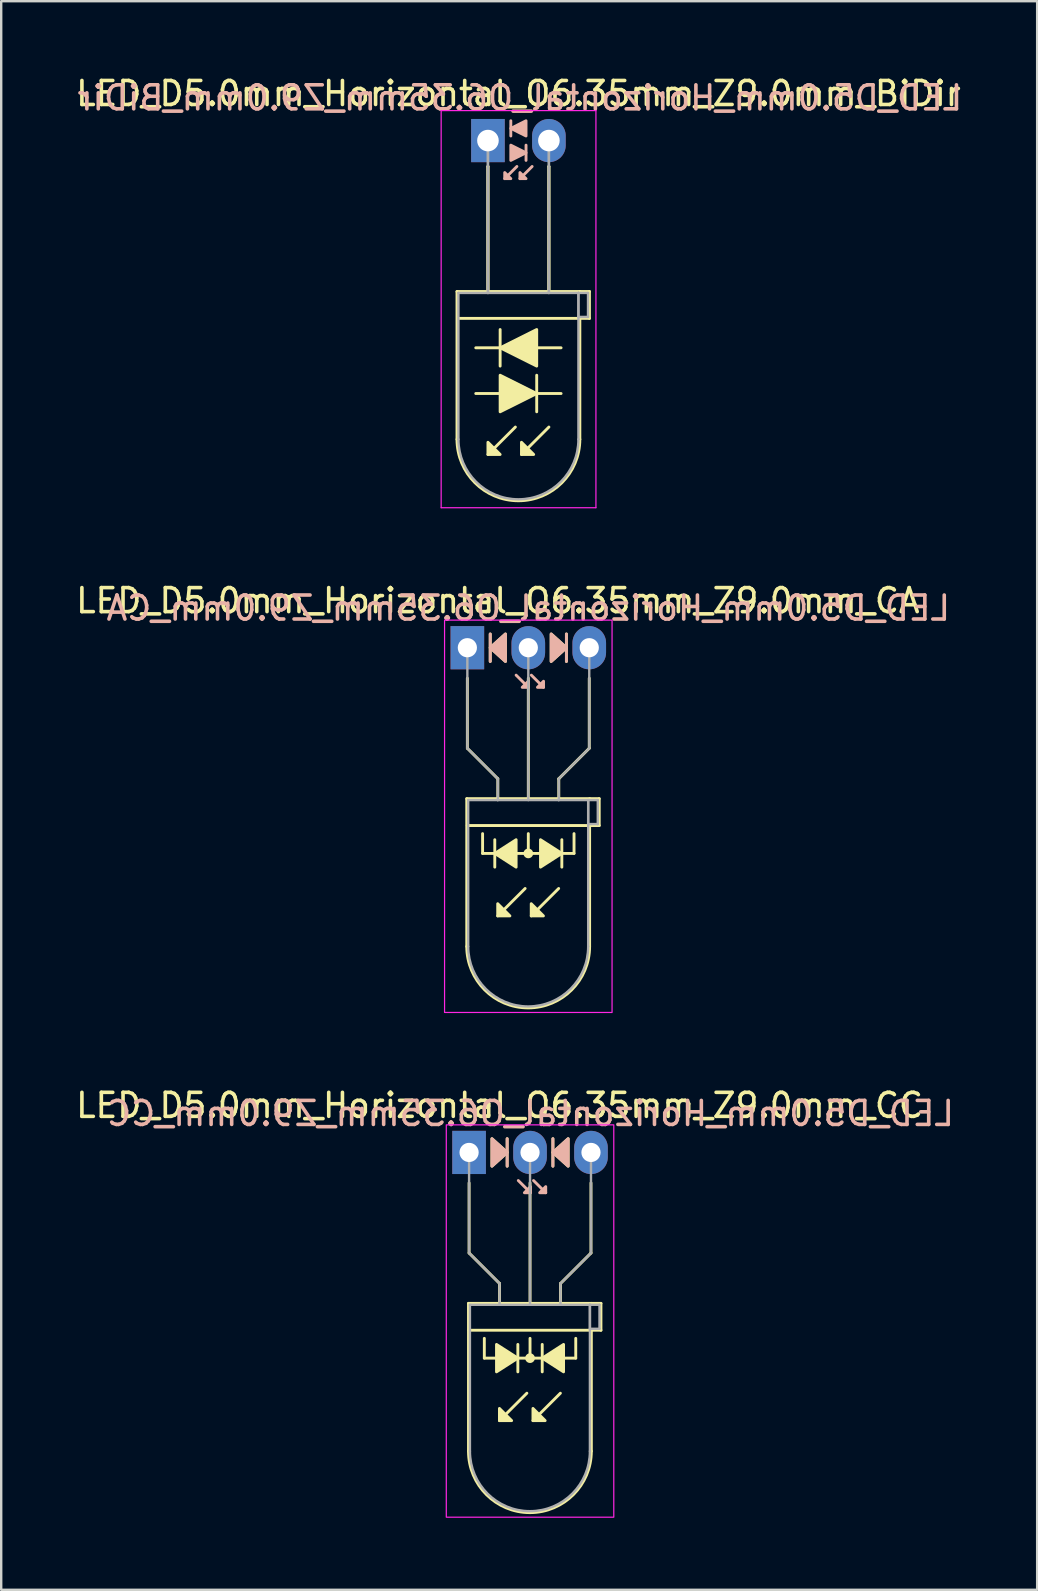
<source format=kicad_pcb>
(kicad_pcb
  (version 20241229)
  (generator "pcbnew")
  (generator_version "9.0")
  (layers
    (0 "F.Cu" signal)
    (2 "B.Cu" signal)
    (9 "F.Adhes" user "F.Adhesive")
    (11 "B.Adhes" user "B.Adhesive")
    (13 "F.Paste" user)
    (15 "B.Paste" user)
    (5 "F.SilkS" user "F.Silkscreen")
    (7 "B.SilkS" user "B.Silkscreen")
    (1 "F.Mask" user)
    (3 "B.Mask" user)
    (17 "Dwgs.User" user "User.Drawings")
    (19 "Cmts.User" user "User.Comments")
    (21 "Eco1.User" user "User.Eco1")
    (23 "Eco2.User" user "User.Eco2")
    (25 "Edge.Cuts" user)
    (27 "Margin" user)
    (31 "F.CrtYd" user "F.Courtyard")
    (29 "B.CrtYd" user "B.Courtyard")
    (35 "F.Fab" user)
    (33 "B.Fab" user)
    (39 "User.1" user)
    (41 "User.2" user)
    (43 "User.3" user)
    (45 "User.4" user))
  (footprint "LED_D5.0mm_Horizontal_O6.35mm_Z9.0mm_BiDir"
    (layer "F.Cu")
    (at 17.284 2.808)
    (property "Reference" "LED_D5.0mm_Horizontal_O6.35mm_Z9.0mm_BiDir" (at 1.27 -1.96 0) (layer "F.SilkS") (effects (font (size 1 1) (thickness 0.15))))
    (fp_line (start -1.29 6.29) (end -1.29 12.45) (stroke (width 0.12) (type solid)) (layer "F.SilkS"))
    (fp_line (start -1.29 6.29) (end 3.83 6.29) (stroke (width 0.12) (type solid)) (layer "F.SilkS"))
    (fp_line (start -0.508 10.541) (end 0.508 10.541) (stroke (width 0.12) (type solid)) (layer "F.SilkS"))
    (fp_line (start 0 1.08) (end 0 1.08) (stroke (width 0.12) (type solid)) (layer "F.SilkS"))
    (fp_line (start 0 1.08) (end 0 6.29) (stroke (width 0.12) (type solid)) (layer "F.SilkS"))
    (fp_line (start 0 6.29) (end 0 1.08) (stroke (width 0.12) (type solid)) (layer "F.SilkS"))
    (fp_line (start 0 6.29) (end 0 6.29) (stroke (width 0.12) (type solid)) (layer "F.SilkS"))
    (fp_line (start 0.508 7.874) (end 0.508 9.398) (stroke (width 0.12) (type solid)) (layer "F.SilkS"))
    (fp_line (start 0.508 8.636) (end -0.508 8.636) (stroke (width 0.12) (type solid)) (layer "F.SilkS"))
    (fp_line (start 1.143 11.938) (end 0 13.081) (stroke (width 0.12) (type solid)) (layer "F.SilkS"))
    (fp_line (start 2.032 10.541) (end 3.048 10.541) (stroke (width 0.12) (type solid)) (layer "F.SilkS"))
    (fp_line (start 2.032 11.303) (end 2.032 9.779) (stroke (width 0.12) (type solid)) (layer "F.SilkS"))
    (fp_line (start 2.54 1.08) (end 2.54 1.08) (stroke (width 0.12) (type solid)) (layer "F.SilkS"))
    (fp_line (start 2.54 1.08) (end 2.54 6.29) (stroke (width 0.12) (type solid)) (layer "F.SilkS"))
    (fp_line (start 2.54 6.29) (end 2.54 1.08) (stroke (width 0.12) (type solid)) (layer "F.SilkS"))
    (fp_line (start 2.54 6.29) (end 2.54 6.29) (stroke (width 0.12) (type solid)) (layer "F.SilkS"))
    (fp_line (start 2.54 11.938) (end 1.397 13.081) (stroke (width 0.12) (type solid)) (layer "F.SilkS"))
    (fp_line (start 3.048 8.636) (end 2.032 8.636) (stroke (width 0.12) (type solid)) (layer "F.SilkS"))
    (fp_line (start 3.83 6.29) (end 4.23 6.29) (stroke (width 0.12) (type solid)) (layer "F.SilkS"))
    (fp_line (start 3.83 7.41) (end 3.83 12.45) (stroke (width 0.12) (type solid)) (layer "F.SilkS"))
    (fp_line (start 4.23 6.29) (end 4.23 7.41) (stroke (width 0.12) (type solid)) (layer "F.SilkS"))
    (fp_line (start 4.23 7.41) (end -1.27 7.41) (stroke (width 0.12) (type solid)) (layer "F.SilkS"))
    (fp_arc (start 3.83 12.45) (mid 1.27 15.01) (end -1.29 12.45) (stroke (width 0.12) (type solid)) (layer "F.SilkS"))
    (fp_poly (pts (xy 0 12.573) (xy 0.508 13.081) (xy 0 13.081)) (stroke (width 0.12) (type solid)) (fill yes) (layer "F.SilkS"))
    (fp_poly (pts (xy 0.508 9.779) (xy 2.032 10.541) (xy 0.508 11.303)) (stroke (width 0.12) (type solid)) (fill yes) (layer "F.SilkS"))
    (fp_poly (pts (xy 1.397 12.573) (xy 1.905 13.081) (xy 1.397 13.081)) (stroke (width 0.12) (type solid)) (fill yes) (layer "F.SilkS"))
    (fp_poly (pts (xy 2.032 9.398) (xy 0.508 8.636) (xy 2.032 7.874)) (stroke (width 0.12) (type solid)) (fill yes) (layer "F.SilkS"))
    (fp_line (start 0.953 -0.826) (end 0.953 -0.191) (stroke (width 0.12) (type solid)) (layer "B.SilkS"))
    (fp_line (start 1.206 1.079) (end 0.699 1.587) (stroke (width 0.12) (type solid)) (layer "B.SilkS"))
    (fp_line (start 1.587 0.826) (end 1.587 0.191) (stroke (width 0.12) (type solid)) (layer "B.SilkS"))
    (fp_line (start 1.841 1.079) (end 1.333 1.587) (stroke (width 0.12) (type solid)) (layer "B.SilkS"))
    (fp_poly (pts (xy 0.699 1.333) (xy 0.953 1.587) (xy 0.699 1.587)) (stroke (width 0.12) (type solid)) (fill yes) (layer "B.SilkS"))
    (fp_poly (pts (xy 0.953 0.191) (xy 1.587 0.508) (xy 0.953 0.826)) (stroke (width 0.12) (type solid)) (fill yes) (layer "B.SilkS"))
    (fp_poly (pts (xy 1.333 1.333) (xy 1.587 1.587) (xy 1.333 1.587)) (stroke (width 0.12) (type solid)) (fill yes) (layer "B.SilkS"))
    (fp_poly (pts (xy 1.587 -0.191) (xy 0.953 -0.508) (xy 1.587 -0.826)) (stroke (width 0.12) (type solid)) (fill yes) (layer "B.SilkS"))
    (fp_line (start -1.95 -1.25) (end -1.95 15.3) (stroke (width 0.05) (type solid)) (layer "F.CrtYd"))
    (fp_line (start -1.95 15.3) (end 4.5 15.3) (stroke (width 0.05) (type solid)) (layer "F.CrtYd"))
    (fp_line (start 4.5 -1.25) (end -1.95 -1.25) (stroke (width 0.05) (type solid)) (layer "F.CrtYd"))
    (fp_line (start 4.5 15.3) (end 4.5 -1.25) (stroke (width 0.05) (type solid)) (layer "F.CrtYd"))
    (fp_line (start -1.23 6.35) (end -1.23 12.45) (stroke (width 0.1) (type solid)) (layer "F.Fab"))
    (fp_line (start -1.23 6.35) (end 3.77 6.35) (stroke (width 0.1) (type solid)) (layer "F.Fab"))
    (fp_line (start 0 0) (end 0 0) (stroke (width 0.1) (type solid)) (layer "F.Fab"))
    (fp_line (start 0 0) (end 0 6.35) (stroke (width 0.1) (type solid)) (layer "F.Fab"))
    (fp_line (start 0 6.35) (end 0 0) (stroke (width 0.1) (type solid)) (layer "F.Fab"))
    (fp_line (start 0 6.35) (end 0 6.35) (stroke (width 0.1) (type solid)) (layer "F.Fab"))
    (fp_line (start 2.54 0) (end 2.54 0) (stroke (width 0.1) (type solid)) (layer "F.Fab"))
    (fp_line (start 2.54 0) (end 2.54 6.35) (stroke (width 0.1) (type solid)) (layer "F.Fab"))
    (fp_line (start 2.54 6.35) (end 2.54 0) (stroke (width 0.1) (type solid)) (layer "F.Fab"))
    (fp_line (start 2.54 6.35) (end 2.54 6.35) (stroke (width 0.1) (type solid)) (layer "F.Fab"))
    (fp_line (start 3.77 6.35) (end 3.77 12.45) (stroke (width 0.1) (type solid)) (layer "F.Fab"))
    (fp_line (start 3.77 6.35) (end 4.17 6.35) (stroke (width 0.1) (type solid)) (layer "F.Fab"))
    (fp_line (start 3.77 7.35) (end 3.77 6.35) (stroke (width 0.1) (type solid)) (layer "F.Fab"))
    (fp_line (start 4.17 6.35) (end 4.17 7.35) (stroke (width 0.1) (type solid)) (layer "F.Fab"))
    (fp_line (start 4.17 7.35) (end 3.77 7.35) (stroke (width 0.1) (type solid)) (layer "F.Fab"))
    (fp_arc (start 3.77 12.45) (mid 1.27 14.95) (end -1.23 12.45) (stroke (width 0.1) (type solid)) (layer "F.Fab"))
    (fp_text user "${REFERENCE}" (at 1.333 -1.778 0) (layer "B.SilkS") (effects (font (size 1 1) (thickness 0.15)) (justify mirror)))
    (pad "1" thru_hole rect (at 0 0) (size 1.4 1.8) (drill 0.9) (layers "*.Cu" "*.Mask"))
    (pad "2" thru_hole oval (at 2.54 0) (size 1.4 1.8) (drill 0.9) (layers "*.Cu" "*.Mask")))
  (footprint "LED_D5.0mm_Horizontal_O6.35mm_Z9.0mm_CA"
    (layer "F.Cu")
    (at 16.426 23.942)
    (property "Reference" "LED_D5.0mm_Horizontal_O6.35mm_Z9.0mm_CA" (at 1.27 -1.96 0) (layer "F.SilkS") (effects (font (size 1 1) (thickness 0.15))))
    (fp_line (start -0.025 6.29) (end -0.025 12.45) (stroke (width 0.12) (type solid)) (layer "F.SilkS"))
    (fp_line (start -0.025 6.29) (end 5.095 6.29) (stroke (width 0.12) (type solid)) (layer "F.SilkS"))
    (fp_line (start 0 1.27) (end 0 4.191) (stroke (width 0.12) (type default)) (layer "F.SilkS"))
    (fp_line (start 0 4.191) (end 1.27 5.461) (stroke (width 0.12) (type default)) (layer "F.SilkS"))
    (fp_line (start 0.635 8.572) (end 0.635 7.747) (stroke (width 0.12) (type default)) (layer "F.SilkS"))
    (fp_line (start 0.635 8.572) (end 4.445 8.572) (stroke (width 0.12) (type default)) (layer "F.SilkS"))
    (fp_line (start 0.953 -0.572) (end 0.953 0.572) (stroke (width 0.12) (type solid)) (layer "F.SilkS"))
    (fp_line (start 1.143 8.001) (end 1.143 9.144) (stroke (width 0.12) (type solid)) (layer "F.SilkS"))
    (fp_line (start 1.265 6.29) (end 1.265 6.29) (stroke (width 0.12) (type solid)) (layer "F.SilkS"))
    (fp_line (start 1.27 5.461) (end 1.27 6.29) (stroke (width 0.12) (type default)) (layer "F.SilkS"))
    (fp_line (start 2.408 10.033) (end 1.265 11.176) (stroke (width 0.12) (type solid)) (layer "F.SilkS"))
    (fp_line (start 2.54 6.29) (end 2.54 1.27) (stroke (width 0.12) (type default)) (layer "F.SilkS"))
    (fp_line (start 2.54 8.572) (end 2.54 7.747) (stroke (width 0.12) (type default)) (layer "F.SilkS"))
    (fp_line (start 3.805 6.29) (end 3.805 6.29) (stroke (width 0.12) (type solid)) (layer "F.SilkS"))
    (fp_line (start 3.805 10.033) (end 2.662 11.176) (stroke (width 0.12) (type solid)) (layer "F.SilkS"))
    (fp_line (start 3.81 5.461) (end 3.81 6.29) (stroke (width 0.12) (type default)) (layer "F.SilkS"))
    (fp_line (start 3.937 9.144) (end 3.937 8.001) (stroke (width 0.12) (type solid)) (layer "F.SilkS"))
    (fp_line (start 4.128 0.572) (end 4.128 -0.572) (stroke (width 0.12) (type solid)) (layer "F.SilkS"))
    (fp_line (start 4.445 8.572) (end 4.445 7.747) (stroke (width 0.12) (type default)) (layer "F.SilkS"))
    (fp_line (start 5.08 1.27) (end 5.08 4.191) (stroke (width 0.12) (type default)) (layer "F.SilkS"))
    (fp_line (start 5.08 4.191) (end 3.81 5.461) (stroke (width 0.12) (type default)) (layer "F.SilkS"))
    (fp_line (start 5.095 6.29) (end 5.495 6.29) (stroke (width 0.12) (type solid)) (layer "F.SilkS"))
    (fp_line (start 5.095 7.41) (end 5.095 12.45) (stroke (width 0.12) (type solid)) (layer "F.SilkS"))
    (fp_line (start 5.495 6.29) (end 5.495 7.41) (stroke (width 0.12) (type solid)) (layer "F.SilkS"))
    (fp_line (start 5.495 7.41) (end -0.005 7.41) (stroke (width 0.12) (type solid)) (layer "F.SilkS"))
    (fp_arc (start 5.095 12.45) (mid 2.535 15.01) (end -0.025 12.45) (stroke (width 0.12) (type solid)) (layer "F.SilkS"))
    (fp_circle (center 2.54 8.572) (end 2.682 8.572) (stroke (width 0.12) (type solid)) (fill yes) (layer "F.SilkS"))
    (fp_poly (pts (xy 1.265 10.668) (xy 1.773 11.176) (xy 1.265 11.176)) (stroke (width 0.12) (type solid)) (fill yes) (layer "F.SilkS"))
    (fp_poly (pts (xy 1.587 0.572) (xy 0.953 0) (xy 1.587 -0.572)) (stroke (width 0.12) (type solid)) (fill yes) (layer "F.SilkS"))
    (fp_poly (pts (xy 2.032 9.144) (xy 1.143 8.572) (xy 2.032 8.001)) (stroke (width 0.12) (type solid)) (fill yes) (layer "F.SilkS"))
    (fp_poly (pts (xy 2.662 10.668) (xy 3.17 11.176) (xy 2.662 11.176)) (stroke (width 0.12) (type solid)) (fill yes) (layer "F.SilkS"))
    (fp_poly (pts (xy 3.048 8.001) (xy 3.937 8.572) (xy 3.048 9.144)) (stroke (width 0.12) (type solid)) (fill yes) (layer "F.SilkS"))
    (fp_poly (pts (xy 3.493 -0.572) (xy 4.128 0) (xy 3.493 0.572)) (stroke (width 0.12) (type solid)) (fill yes) (layer "F.SilkS"))
    (fp_line (start 0.953 -0.572) (end 0.953 0.572) (stroke (width 0.12) (type solid)) (layer "B.SilkS"))
    (fp_line (start 2.54 1.651) (end 2.032 1.143) (stroke (width 0.12) (type solid)) (layer "B.SilkS"))
    (fp_line (start 3.175 1.651) (end 2.667 1.143) (stroke (width 0.12) (type solid)) (layer "B.SilkS"))
    (fp_line (start 4.128 0.572) (end 4.128 -0.572) (stroke (width 0.12) (type solid)) (layer "B.SilkS"))
    (fp_poly (pts (xy 1.587 0.572) (xy 0.953 0) (xy 1.587 -0.572)) (stroke (width 0.12) (type solid)) (fill yes) (layer "B.SilkS"))
    (fp_poly (pts (xy 2.54 1.397) (xy 2.286 1.651) (xy 2.54 1.651)) (stroke (width 0.12) (type solid)) (fill yes) (layer "B.SilkS"))
    (fp_poly (pts (xy 3.175 1.397) (xy 2.921 1.651) (xy 3.175 1.651)) (stroke (width 0.12) (type solid)) (fill yes) (layer "B.SilkS"))
    (fp_poly (pts (xy 3.493 0.572) (xy 4.128 0) (xy 3.493 -0.572)) (stroke (width 0.12) (type solid)) (fill yes) (layer "B.SilkS"))
    (fp_rect (start -0.95 -1.15) (end 6.03 15.2) (stroke (width 0.05) (type default)) (fill no) (layer "F.CrtYd"))
    (fp_line (start 0 0) (end 0 0) (stroke (width 0.1) (type solid)) (layer "F.Fab"))
    (fp_line (start 0 4.191) (end 0 0) (stroke (width 0.1) (type default)) (layer "F.Fab"))
    (fp_line (start 0.035 6.35) (end 0.035 12.45) (stroke (width 0.1) (type solid)) (layer "F.Fab"))
    (fp_line (start 0.035 6.35) (end 5.035 6.35) (stroke (width 0.1) (type solid)) (layer "F.Fab"))
    (fp_line (start 1.265 6.35) (end 1.265 6.35) (stroke (width 0.1) (type solid)) (layer "F.Fab"))
    (fp_line (start 1.27 5.461) (end 0 4.191) (stroke (width 0.1) (type default)) (layer "F.Fab"))
    (fp_line (start 1.27 5.461) (end 1.27 6.35) (stroke (width 0.1) (type default)) (layer "F.Fab"))
    (fp_line (start 2.54 0) (end 2.54 0) (stroke (width 0.1) (type solid)) (layer "F.Fab"))
    (fp_line (start 2.54 0) (end 2.54 6.35) (stroke (width 0.1) (type default)) (layer "F.Fab"))
    (fp_line (start 3.805 6.35) (end 3.805 6.35) (stroke (width 0.1) (type solid)) (layer "F.Fab"))
    (fp_line (start 3.81 5.461) (end 3.81 6.35) (stroke (width 0.1) (type default)) (layer "F.Fab"))
    (fp_line (start 3.81 5.461) (end 5.08 4.191) (stroke (width 0.1) (type default)) (layer "F.Fab"))
    (fp_line (start 5.035 6.35) (end 5.035 12.45) (stroke (width 0.1) (type solid)) (layer "F.Fab"))
    (fp_line (start 5.035 6.35) (end 5.435 6.35) (stroke (width 0.1) (type solid)) (layer "F.Fab"))
    (fp_line (start 5.035 7.35) (end 5.035 6.35) (stroke (width 0.1) (type solid)) (layer "F.Fab"))
    (fp_line (start 5.08 4.191) (end 5.08 0) (stroke (width 0.1) (type default)) (layer "F.Fab"))
    (fp_line (start 5.435 6.35) (end 5.435 7.35) (stroke (width 0.1) (type solid)) (layer "F.Fab"))
    (fp_line (start 5.435 7.35) (end 5.035 7.35) (stroke (width 0.1) (type solid)) (layer "F.Fab"))
    (fp_arc (start 5.035 12.45) (mid 2.535 14.95) (end 0.035 12.45) (stroke (width 0.1) (type solid)) (layer "F.Fab"))
    (fp_text user "${REFERENCE}" (at 2.54 -1.651 0) (layer "B.SilkS") (effects (font (size 1 1) (thickness 0.15)) (justify mirror)))
    (pad "1" thru_hole rect (at 0 0) (size 1.4 1.8) (drill 0.8) (layers "*.Cu" "*.Mask"))
    (pad "2" thru_hole oval (at 2.54 0) (size 1.4 1.8) (drill 0.8) (layers "*.Cu" "*.Mask"))
    (pad "3" thru_hole oval (at 5.08 0) (size 1.4 1.8) (drill 0.8) (layers "*.Cu" "*.Mask")))
  (footprint "LED_D5.0mm_Horizontal_O6.35mm_Z9.0mm_CC"
    (layer "F.Cu")
    (at 16.498 44.975)
    (property "Reference" "LED_D5.0mm_Horizontal_O6.35mm_Z9.0mm_CC" (at 1.27 -1.96 0) (layer "F.SilkS") (effects (font (size 1 1) (thickness 0.15))))
    (fp_line (start -0.025 6.29) (end -0.025 12.45) (stroke (width 0.12) (type solid)) (layer "F.SilkS"))
    (fp_line (start -0.025 6.29) (end 5.095 6.29) (stroke (width 0.12) (type solid)) (layer "F.SilkS"))
    (fp_line (start 0 1.27) (end 0 4.191) (stroke (width 0.12) (type default)) (layer "F.SilkS"))
    (fp_line (start 0 4.191) (end 1.27 5.461) (stroke (width 0.12) (type default)) (layer "F.SilkS"))
    (fp_line (start 0.635 8.572) (end 0.635 7.747) (stroke (width 0.12) (type default)) (layer "F.SilkS"))
    (fp_line (start 0.635 8.572) (end 4.445 8.572) (stroke (width 0.12) (type default)) (layer "F.SilkS"))
    (fp_line (start 1.265 6.29) (end 1.265 6.29) (stroke (width 0.12) (type solid)) (layer "F.SilkS"))
    (fp_line (start 1.27 5.461) (end 1.27 6.29) (stroke (width 0.12) (type default)) (layer "F.SilkS"))
    (fp_line (start 1.587 0.572) (end 1.587 -0.572) (stroke (width 0.12) (type solid)) (layer "F.SilkS"))
    (fp_line (start 2.032 9.144) (end 2.032 8.001) (stroke (width 0.12) (type solid)) (layer "F.SilkS"))
    (fp_line (start 2.408 10.033) (end 1.265 11.176) (stroke (width 0.12) (type solid)) (layer "F.SilkS"))
    (fp_line (start 2.54 6.29) (end 2.54 1.27) (stroke (width 0.12) (type default)) (layer "F.SilkS"))
    (fp_line (start 2.54 8.572) (end 2.54 7.747) (stroke (width 0.12) (type default)) (layer "F.SilkS"))
    (fp_line (start 3.048 8.001) (end 3.048 9.144) (stroke (width 0.12) (type solid)) (layer "F.SilkS"))
    (fp_line (start 3.493 -0.572) (end 3.493 0.572) (stroke (width 0.12) (type solid)) (layer "F.SilkS"))
    (fp_line (start 3.805 6.29) (end 3.805 6.29) (stroke (width 0.12) (type solid)) (layer "F.SilkS"))
    (fp_line (start 3.805 10.033) (end 2.662 11.176) (stroke (width 0.12) (type solid)) (layer "F.SilkS"))
    (fp_line (start 3.81 5.461) (end 3.81 6.29) (stroke (width 0.12) (type default)) (layer "F.SilkS"))
    (fp_line (start 4.445 8.572) (end 4.445 7.747) (stroke (width 0.12) (type default)) (layer "F.SilkS"))
    (fp_line (start 5.08 1.27) (end 5.08 4.191) (stroke (width 0.12) (type default)) (layer "F.SilkS"))
    (fp_line (start 5.08 4.191) (end 3.81 5.461) (stroke (width 0.12) (type default)) (layer "F.SilkS"))
    (fp_line (start 5.095 6.29) (end 5.495 6.29) (stroke (width 0.12) (type solid)) (layer "F.SilkS"))
    (fp_line (start 5.095 7.41) (end 5.095 12.45) (stroke (width 0.12) (type solid)) (layer "F.SilkS"))
    (fp_line (start 5.495 6.29) (end 5.495 7.41) (stroke (width 0.12) (type solid)) (layer "F.SilkS"))
    (fp_line (start 5.495 7.41) (end -0.005 7.41) (stroke (width 0.12) (type solid)) (layer "F.SilkS"))
    (fp_arc (start 5.095 12.45) (mid 2.535 15.01) (end -0.025 12.45) (stroke (width 0.12) (type solid)) (layer "F.SilkS"))
    (fp_circle (center 2.54 8.572) (end 2.682 8.572) (stroke (width 0.12) (type solid)) (fill yes) (layer "F.SilkS"))
    (fp_poly (pts (xy 0.953 -0.572) (xy 1.587 0) (xy 0.953 0.572)) (stroke (width 0.12) (type solid)) (fill yes) (layer "F.SilkS"))
    (fp_poly (pts (xy 1.143 8.001) (xy 2.032 8.572) (xy 1.143 9.144)) (stroke (width 0.12) (type solid)) (fill yes) (layer "F.SilkS"))
    (fp_poly (pts (xy 1.265 10.668) (xy 1.773 11.176) (xy 1.265 11.176)) (stroke (width 0.12) (type solid)) (fill yes) (layer "F.SilkS"))
    (fp_poly (pts (xy 2.662 10.668) (xy 3.17 11.176) (xy 2.662 11.176)) (stroke (width 0.12) (type solid)) (fill yes) (layer "F.SilkS"))
    (fp_poly (pts (xy 3.937 9.144) (xy 3.048 8.572) (xy 3.937 8.001)) (stroke (width 0.12) (type solid)) (fill yes) (layer "F.SilkS"))
    (fp_poly (pts (xy 4.128 0.572) (xy 3.493 0) (xy 4.128 -0.572)) (stroke (width 0.12) (type solid)) (fill yes) (layer "F.SilkS"))
    (fp_line (start 1.587 0.572) (end 1.587 -0.572) (stroke (width 0.12) (type solid)) (layer "B.SilkS"))
    (fp_line (start 2.559 1.679) (end 2.051 1.171) (stroke (width 0.12) (type solid)) (layer "B.SilkS"))
    (fp_line (start 3.194 1.679) (end 2.686 1.171) (stroke (width 0.12) (type solid)) (layer "B.SilkS"))
    (fp_line (start 3.493 -0.572) (end 3.493 0.572) (stroke (width 0.12) (type solid)) (layer "B.SilkS"))
    (fp_poly (pts (xy 0.953 0.572) (xy 1.587 0) (xy 0.953 -0.572)) (stroke (width 0.12) (type solid)) (fill yes) (layer "B.SilkS"))
    (fp_poly (pts (xy 2.559 1.425) (xy 2.305 1.679) (xy 2.559 1.679)) (stroke (width 0.12) (type solid)) (fill yes) (layer "B.SilkS"))
    (fp_poly (pts (xy 3.194 1.425) (xy 2.94 1.679) (xy 3.194 1.679)) (stroke (width 0.12) (type solid)) (fill yes) (layer "B.SilkS"))
    (fp_poly (pts (xy 4.128 0.572) (xy 3.493 0) (xy 4.128 -0.572)) (stroke (width 0.12) (type solid)) (fill yes) (layer "B.SilkS"))
    (fp_rect (start -0.95 -1.15) (end 6.03 15.2) (stroke (width 0.05) (type default)) (fill no) (layer "F.CrtYd"))
    (fp_line (start 0 0) (end 0 0) (stroke (width 0.1) (type solid)) (layer "F.Fab"))
    (fp_line (start 0 4.191) (end 0 0) (stroke (width 0.1) (type default)) (layer "F.Fab"))
    (fp_line (start 0.035 6.35) (end 0.035 12.45) (stroke (width 0.1) (type solid)) (layer "F.Fab"))
    (fp_line (start 0.035 6.35) (end 5.035 6.35) (stroke (width 0.1) (type solid)) (layer "F.Fab"))
    (fp_line (start 1.265 6.35) (end 1.265 6.35) (stroke (width 0.1) (type solid)) (layer "F.Fab"))
    (fp_line (start 1.27 5.461) (end 0 4.191) (stroke (width 0.1) (type default)) (layer "F.Fab"))
    (fp_line (start 1.27 5.461) (end 1.27 6.35) (stroke (width 0.1) (type default)) (layer "F.Fab"))
    (fp_line (start 2.54 0) (end 2.54 0) (stroke (width 0.1) (type solid)) (layer "F.Fab"))
    (fp_line (start 2.54 0) (end 2.54 6.35) (stroke (width 0.1) (type default)) (layer "F.Fab"))
    (fp_line (start 3.805 6.35) (end 3.805 6.35) (stroke (width 0.1) (type solid)) (layer "F.Fab"))
    (fp_line (start 3.81 5.461) (end 3.81 6.35) (stroke (width 0.1) (type default)) (layer "F.Fab"))
    (fp_line (start 3.81 5.461) (end 5.08 4.191) (stroke (width 0.1) (type default)) (layer "F.Fab"))
    (fp_line (start 5.035 6.35) (end 5.035 12.45) (stroke (width 0.1) (type solid)) (layer "F.Fab"))
    (fp_line (start 5.035 6.35) (end 5.435 6.35) (stroke (width 0.1) (type solid)) (layer "F.Fab"))
    (fp_line (start 5.035 7.35) (end 5.035 6.35) (stroke (width 0.1) (type solid)) (layer "F.Fab"))
    (fp_line (start 5.08 4.191) (end 5.08 0) (stroke (width 0.1) (type default)) (layer "F.Fab"))
    (fp_line (start 5.435 6.35) (end 5.435 7.35) (stroke (width 0.1) (type solid)) (layer "F.Fab"))
    (fp_line (start 5.435 7.35) (end 5.035 7.35) (stroke (width 0.1) (type solid)) (layer "F.Fab"))
    (fp_arc (start 5.035 12.45) (mid 2.535 14.95) (end 0.035 12.45) (stroke (width 0.1) (type solid)) (layer "F.Fab"))
    (fp_text user "${REFERENCE}" (at 2.559 -1.623 0) (layer "B.SilkS") (effects (font (size 1 1) (thickness 0.15)) (justify mirror)))
    (pad "1" thru_hole rect (at 0 0) (size 1.4 1.8) (drill 0.8) (layers "*.Cu" "*.Mask"))
    (pad "2" thru_hole oval (at 2.54 0) (size 1.4 1.8) (drill 0.8) (layers "*.Cu" "*.Mask"))
    (pad "3" thru_hole oval (at 5.08 0) (size 1.4 1.8) (drill 0.8) (layers "*.Cu" "*.Mask")))
  (gr_rect
    (start -3 -3)
    (end 40.171 63.2)
    (stroke (width 0.1) (type default))
    (fill no)
    (layer "Edge.Cuts")))
</source>
